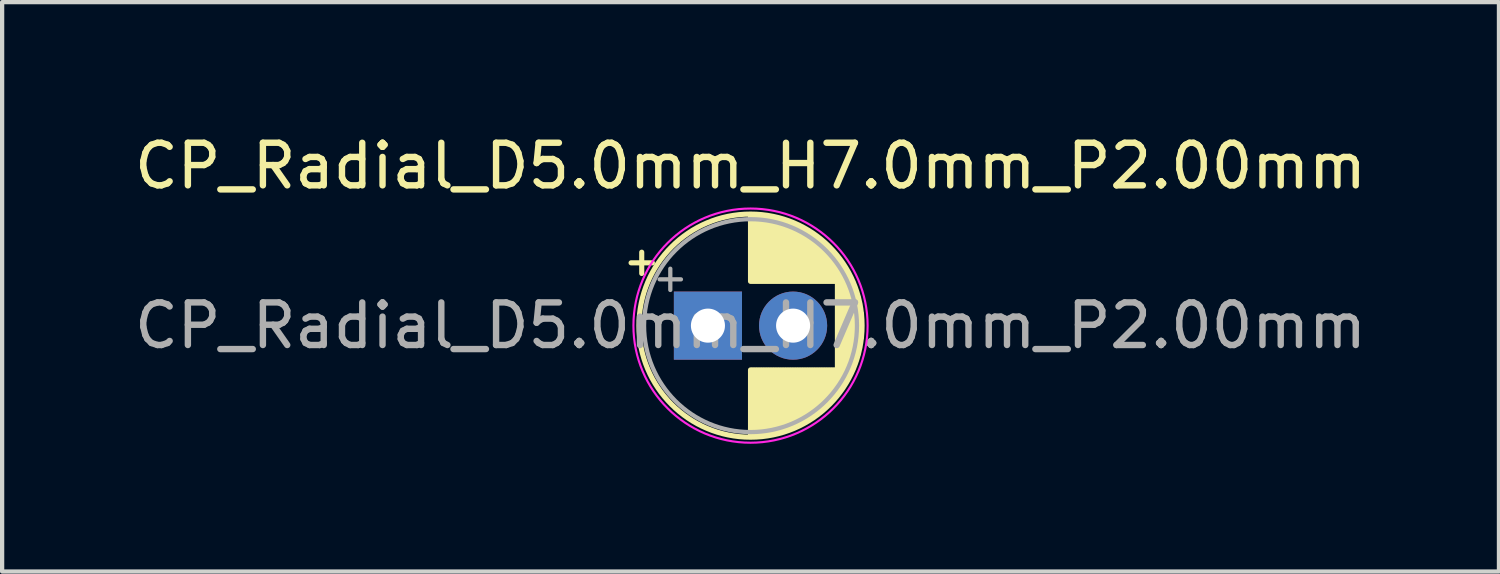
<source format=kicad_pcb>
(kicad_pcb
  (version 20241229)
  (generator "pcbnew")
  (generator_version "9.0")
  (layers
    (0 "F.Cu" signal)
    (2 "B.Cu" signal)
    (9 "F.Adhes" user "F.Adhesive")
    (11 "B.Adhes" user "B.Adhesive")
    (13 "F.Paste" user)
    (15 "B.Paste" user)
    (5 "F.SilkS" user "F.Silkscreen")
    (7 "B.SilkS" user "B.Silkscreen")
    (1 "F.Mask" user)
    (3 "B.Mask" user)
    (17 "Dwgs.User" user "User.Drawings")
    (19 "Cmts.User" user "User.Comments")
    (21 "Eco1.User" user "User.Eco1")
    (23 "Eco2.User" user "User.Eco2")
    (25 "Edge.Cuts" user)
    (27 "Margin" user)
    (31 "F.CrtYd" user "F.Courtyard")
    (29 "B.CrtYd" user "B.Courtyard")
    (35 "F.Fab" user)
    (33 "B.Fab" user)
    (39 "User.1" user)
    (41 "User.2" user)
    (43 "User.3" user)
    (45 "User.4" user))
  (footprint "CP_Radial_D5.0mm_H7.0mm_P2.00mm"
    (layer "F.Cu")
    (at 13.577 4.598)
    (property "Reference" "CP_Radial_D5.0mm_H7.0mm_P2.00mm" (at 1 -3.75 0) (layer "F.SilkS") (effects (font (size 1 1) (thickness 0.15))))
    (attr through_hole)
    (fp_line (start -1.805 -1.475) (end -1.305 -1.475) (stroke (width 0.12) (type solid)) (layer "F.SilkS"))
    (fp_line (start -1.555 -1.725) (end -1.555 -1.225) (stroke (width 0.12) (type solid)) (layer "F.SilkS"))
    (fp_line (start 1 -2.58) (end 1 -1.04) (stroke (width 0.12) (type solid)) (layer "F.SilkS"))
    (fp_line (start 1 1.04) (end 1 2.58) (stroke (width 0.12) (type solid)) (layer "F.SilkS"))
    (fp_line (start 1.04 -2.58) (end 1.04 -1.04) (stroke (width 0.12) (type solid)) (layer "F.SilkS"))
    (fp_line (start 1.04 1.04) (end 1.04 2.58) (stroke (width 0.12) (type solid)) (layer "F.SilkS"))
    (fp_line (start 1.08 -2.579) (end 1.08 -1.04) (stroke (width 0.12) (type solid)) (layer "F.SilkS"))
    (fp_line (start 1.08 1.04) (end 1.08 2.579) (stroke (width 0.12) (type solid)) (layer "F.SilkS"))
    (fp_line (start 1.12 -2.578) (end 1.12 -1.04) (stroke (width 0.12) (type solid)) (layer "F.SilkS"))
    (fp_line (start 1.12 1.04) (end 1.12 2.578) (stroke (width 0.12) (type solid)) (layer "F.SilkS"))
    (fp_line (start 1.16 -2.576) (end 1.16 -1.04) (stroke (width 0.12) (type solid)) (layer "F.SilkS"))
    (fp_line (start 1.16 1.04) (end 1.16 2.576) (stroke (width 0.12) (type solid)) (layer "F.SilkS"))
    (fp_line (start 1.2 -2.573) (end 1.2 -1.04) (stroke (width 0.12) (type solid)) (layer "F.SilkS"))
    (fp_line (start 1.2 1.04) (end 1.2 2.573) (stroke (width 0.12) (type solid)) (layer "F.SilkS"))
    (fp_line (start 1.24 -2.569) (end 1.24 -1.04) (stroke (width 0.12) (type solid)) (layer "F.SilkS"))
    (fp_line (start 1.24 1.04) (end 1.24 2.569) (stroke (width 0.12) (type solid)) (layer "F.SilkS"))
    (fp_line (start 1.28 -2.565) (end 1.28 -1.04) (stroke (width 0.12) (type solid)) (layer "F.SilkS"))
    (fp_line (start 1.28 1.04) (end 1.28 2.565) (stroke (width 0.12) (type solid)) (layer "F.SilkS"))
    (fp_line (start 1.32 -2.561) (end 1.32 -1.04) (stroke (width 0.12) (type solid)) (layer "F.SilkS"))
    (fp_line (start 1.32 1.04) (end 1.32 2.561) (stroke (width 0.12) (type solid)) (layer "F.SilkS"))
    (fp_line (start 1.36 -2.556) (end 1.36 -1.04) (stroke (width 0.12) (type solid)) (layer "F.SilkS"))
    (fp_line (start 1.36 1.04) (end 1.36 2.556) (stroke (width 0.12) (type solid)) (layer "F.SilkS"))
    (fp_line (start 1.4 -2.55) (end 1.4 -1.04) (stroke (width 0.12) (type solid)) (layer "F.SilkS"))
    (fp_line (start 1.4 1.04) (end 1.4 2.55) (stroke (width 0.12) (type solid)) (layer "F.SilkS"))
    (fp_line (start 1.44 -2.543) (end 1.44 -1.04) (stroke (width 0.12) (type solid)) (layer "F.SilkS"))
    (fp_line (start 1.44 1.04) (end 1.44 2.543) (stroke (width 0.12) (type solid)) (layer "F.SilkS"))
    (fp_line (start 1.48 -2.536) (end 1.48 -1.04) (stroke (width 0.12) (type solid)) (layer "F.SilkS"))
    (fp_line (start 1.48 1.04) (end 1.48 2.536) (stroke (width 0.12) (type solid)) (layer "F.SilkS"))
    (fp_line (start 1.52 -2.528) (end 1.52 -1.04) (stroke (width 0.12) (type solid)) (layer "F.SilkS"))
    (fp_line (start 1.52 1.04) (end 1.52 2.528) (stroke (width 0.12) (type solid)) (layer "F.SilkS"))
    (fp_line (start 1.56 -2.52) (end 1.56 -1.04) (stroke (width 0.12) (type solid)) (layer "F.SilkS"))
    (fp_line (start 1.56 1.04) (end 1.56 2.52) (stroke (width 0.12) (type solid)) (layer "F.SilkS"))
    (fp_line (start 1.6 -2.511) (end 1.6 -1.04) (stroke (width 0.12) (type solid)) (layer "F.SilkS"))
    (fp_line (start 1.6 1.04) (end 1.6 2.511) (stroke (width 0.12) (type solid)) (layer "F.SilkS"))
    (fp_line (start 1.64 -2.501) (end 1.64 -1.04) (stroke (width 0.12) (type solid)) (layer "F.SilkS"))
    (fp_line (start 1.64 1.04) (end 1.64 2.501) (stroke (width 0.12) (type solid)) (layer "F.SilkS"))
    (fp_line (start 1.68 -2.491) (end 1.68 -1.04) (stroke (width 0.12) (type solid)) (layer "F.SilkS"))
    (fp_line (start 1.68 1.04) (end 1.68 2.491) (stroke (width 0.12) (type solid)) (layer "F.SilkS"))
    (fp_line (start 1.721 -2.48) (end 1.721 -1.04) (stroke (width 0.12) (type solid)) (layer "F.SilkS"))
    (fp_line (start 1.721 1.04) (end 1.721 2.48) (stroke (width 0.12) (type solid)) (layer "F.SilkS"))
    (fp_line (start 1.761 -2.468) (end 1.761 -1.04) (stroke (width 0.12) (type solid)) (layer "F.SilkS"))
    (fp_line (start 1.761 1.04) (end 1.761 2.468) (stroke (width 0.12) (type solid)) (layer "F.SilkS"))
    (fp_line (start 1.801 -2.455) (end 1.801 -1.04) (stroke (width 0.12) (type solid)) (layer "F.SilkS"))
    (fp_line (start 1.801 1.04) (end 1.801 2.455) (stroke (width 0.12) (type solid)) (layer "F.SilkS"))
    (fp_line (start 1.841 -2.442) (end 1.841 -1.04) (stroke (width 0.12) (type solid)) (layer "F.SilkS"))
    (fp_line (start 1.841 1.04) (end 1.841 2.442) (stroke (width 0.12) (type solid)) (layer "F.SilkS"))
    (fp_line (start 1.881 -2.428) (end 1.881 -1.04) (stroke (width 0.12) (type solid)) (layer "F.SilkS"))
    (fp_line (start 1.881 1.04) (end 1.881 2.428) (stroke (width 0.12) (type solid)) (layer "F.SilkS"))
    (fp_line (start 1.921 -2.414) (end 1.921 -1.04) (stroke (width 0.12) (type solid)) (layer "F.SilkS"))
    (fp_line (start 1.921 1.04) (end 1.921 2.414) (stroke (width 0.12) (type solid)) (layer "F.SilkS"))
    (fp_line (start 1.961 -2.398) (end 1.961 -1.04) (stroke (width 0.12) (type solid)) (layer "F.SilkS"))
    (fp_line (start 1.961 1.04) (end 1.961 2.398) (stroke (width 0.12) (type solid)) (layer "F.SilkS"))
    (fp_line (start 2.001 -2.382) (end 2.001 -1.04) (stroke (width 0.12) (type solid)) (layer "F.SilkS"))
    (fp_line (start 2.001 1.04) (end 2.001 2.382) (stroke (width 0.12) (type solid)) (layer "F.SilkS"))
    (fp_line (start 2.041 -2.365) (end 2.041 -1.04) (stroke (width 0.12) (type solid)) (layer "F.SilkS"))
    (fp_line (start 2.041 1.04) (end 2.041 2.365) (stroke (width 0.12) (type solid)) (layer "F.SilkS"))
    (fp_line (start 2.081 -2.348) (end 2.081 -1.04) (stroke (width 0.12) (type solid)) (layer "F.SilkS"))
    (fp_line (start 2.081 1.04) (end 2.081 2.348) (stroke (width 0.12) (type solid)) (layer "F.SilkS"))
    (fp_line (start 2.121 -2.329) (end 2.121 -1.04) (stroke (width 0.12) (type solid)) (layer "F.SilkS"))
    (fp_line (start 2.121 1.04) (end 2.121 2.329) (stroke (width 0.12) (type solid)) (layer "F.SilkS"))
    (fp_line (start 2.161 -2.31) (end 2.161 -1.04) (stroke (width 0.12) (type solid)) (layer "F.SilkS"))
    (fp_line (start 2.161 1.04) (end 2.161 2.31) (stroke (width 0.12) (type solid)) (layer "F.SilkS"))
    (fp_line (start 2.201 -2.29) (end 2.201 -1.04) (stroke (width 0.12) (type solid)) (layer "F.SilkS"))
    (fp_line (start 2.201 1.04) (end 2.201 2.29) (stroke (width 0.12) (type solid)) (layer "F.SilkS"))
    (fp_line (start 2.241 -2.268) (end 2.241 -1.04) (stroke (width 0.12) (type solid)) (layer "F.SilkS"))
    (fp_line (start 2.241 1.04) (end 2.241 2.268) (stroke (width 0.12) (type solid)) (layer "F.SilkS"))
    (fp_line (start 2.281 -2.247) (end 2.281 -1.04) (stroke (width 0.12) (type solid)) (layer "F.SilkS"))
    (fp_line (start 2.281 1.04) (end 2.281 2.247) (stroke (width 0.12) (type solid)) (layer "F.SilkS"))
    (fp_line (start 2.321 -2.224) (end 2.321 -1.04) (stroke (width 0.12) (type solid)) (layer "F.SilkS"))
    (fp_line (start 2.321 1.04) (end 2.321 2.224) (stroke (width 0.12) (type solid)) (layer "F.SilkS"))
    (fp_line (start 2.361 -2.2) (end 2.361 -1.04) (stroke (width 0.12) (type solid)) (layer "F.SilkS"))
    (fp_line (start 2.361 1.04) (end 2.361 2.2) (stroke (width 0.12) (type solid)) (layer "F.SilkS"))
    (fp_line (start 2.401 -2.175) (end 2.401 -1.04) (stroke (width 0.12) (type solid)) (layer "F.SilkS"))
    (fp_line (start 2.401 1.04) (end 2.401 2.175) (stroke (width 0.12) (type solid)) (layer "F.SilkS"))
    (fp_line (start 2.441 -2.149) (end 2.441 -1.04) (stroke (width 0.12) (type solid)) (layer "F.SilkS"))
    (fp_line (start 2.441 1.04) (end 2.441 2.149) (stroke (width 0.12) (type solid)) (layer "F.SilkS"))
    (fp_line (start 2.481 -2.122) (end 2.481 -1.04) (stroke (width 0.12) (type solid)) (layer "F.SilkS"))
    (fp_line (start 2.481 1.04) (end 2.481 2.122) (stroke (width 0.12) (type solid)) (layer "F.SilkS"))
    (fp_line (start 2.521 -2.095) (end 2.521 -1.04) (stroke (width 0.12) (type solid)) (layer "F.SilkS"))
    (fp_line (start 2.521 1.04) (end 2.521 2.095) (stroke (width 0.12) (type solid)) (layer "F.SilkS"))
    (fp_line (start 2.561 -2.065) (end 2.561 -1.04) (stroke (width 0.12) (type solid)) (layer "F.SilkS"))
    (fp_line (start 2.561 1.04) (end 2.561 2.065) (stroke (width 0.12) (type solid)) (layer "F.SilkS"))
    (fp_line (start 2.601 -2.035) (end 2.601 -1.04) (stroke (width 0.12) (type solid)) (layer "F.SilkS"))
    (fp_line (start 2.601 1.04) (end 2.601 2.035) (stroke (width 0.12) (type solid)) (layer "F.SilkS"))
    (fp_line (start 2.641 -2.004) (end 2.641 -1.04) (stroke (width 0.12) (type solid)) (layer "F.SilkS"))
    (fp_line (start 2.641 1.04) (end 2.641 2.004) (stroke (width 0.12) (type solid)) (layer "F.SilkS"))
    (fp_line (start 2.681 -1.971) (end 2.681 -1.04) (stroke (width 0.12) (type solid)) (layer "F.SilkS"))
    (fp_line (start 2.681 1.04) (end 2.681 1.971) (stroke (width 0.12) (type solid)) (layer "F.SilkS"))
    (fp_line (start 2.721 -1.937) (end 2.721 -1.04) (stroke (width 0.12) (type solid)) (layer "F.SilkS"))
    (fp_line (start 2.721 1.04) (end 2.721 1.937) (stroke (width 0.12) (type solid)) (layer "F.SilkS"))
    (fp_line (start 2.761 -1.901) (end 2.761 -1.04) (stroke (width 0.12) (type solid)) (layer "F.SilkS"))
    (fp_line (start 2.761 1.04) (end 2.761 1.901) (stroke (width 0.12) (type solid)) (layer "F.SilkS"))
    (fp_line (start 2.801 -1.864) (end 2.801 -1.04) (stroke (width 0.12) (type solid)) (layer "F.SilkS"))
    (fp_line (start 2.801 1.04) (end 2.801 1.864) (stroke (width 0.12) (type solid)) (layer "F.SilkS"))
    (fp_line (start 2.841 -1.826) (end 2.841 -1.04) (stroke (width 0.12) (type solid)) (layer "F.SilkS"))
    (fp_line (start 2.841 1.04) (end 2.841 1.826) (stroke (width 0.12) (type solid)) (layer "F.SilkS"))
    (fp_line (start 2.881 -1.785) (end 2.881 -1.04) (stroke (width 0.12) (type solid)) (layer "F.SilkS"))
    (fp_line (start 2.881 1.04) (end 2.881 1.785) (stroke (width 0.12) (type solid)) (layer "F.SilkS"))
    (fp_line (start 2.921 -1.743) (end 2.921 -1.04) (stroke (width 0.12) (type solid)) (layer "F.SilkS"))
    (fp_line (start 2.921 1.04) (end 2.921 1.743) (stroke (width 0.12) (type solid)) (layer "F.SilkS"))
    (fp_line (start 2.961 -1.699) (end 2.961 -1.04) (stroke (width 0.12) (type solid)) (layer "F.SilkS"))
    (fp_line (start 2.961 1.04) (end 2.961 1.699) (stroke (width 0.12) (type solid)) (layer "F.SilkS"))
    (fp_line (start 3.001 -1.653) (end 3.001 -1.04) (stroke (width 0.12) (type solid)) (layer "F.SilkS"))
    (fp_line (start 3.001 1.04) (end 3.001 1.653) (stroke (width 0.12) (type solid)) (layer "F.SilkS"))
    (fp_line (start 3.041 -1.605) (end 3.041 1.605) (stroke (width 0.12) (type solid)) (layer "F.SilkS"))
    (fp_line (start 3.081 -1.554) (end 3.081 1.554) (stroke (width 0.12) (type solid)) (layer "F.SilkS"))
    (fp_line (start 3.121 -1.5) (end 3.121 1.5) (stroke (width 0.12) (type solid)) (layer "F.SilkS"))
    (fp_line (start 3.161 -1.443) (end 3.161 1.443) (stroke (width 0.12) (type solid)) (layer "F.SilkS"))
    (fp_line (start 3.201 -1.383) (end 3.201 1.383) (stroke (width 0.12) (type solid)) (layer "F.SilkS"))
    (fp_line (start 3.241 -1.319) (end 3.241 1.319) (stroke (width 0.12) (type solid)) (layer "F.SilkS"))
    (fp_line (start 3.281 -1.251) (end 3.281 1.251) (stroke (width 0.12) (type solid)) (layer "F.SilkS"))
    (fp_line (start 3.321 -1.178) (end 3.321 1.178) (stroke (width 0.12) (type solid)) (layer "F.SilkS"))
    (fp_line (start 3.361 -1.098) (end 3.361 1.098) (stroke (width 0.12) (type solid)) (layer "F.SilkS"))
    (fp_line (start 3.401 -1.011) (end 3.401 1.011) (stroke (width 0.12) (type solid)) (layer "F.SilkS"))
    (fp_line (start 3.441 -0.915) (end 3.441 0.915) (stroke (width 0.12) (type solid)) (layer "F.SilkS"))
    (fp_line (start 3.481 -0.805) (end 3.481 0.805) (stroke (width 0.12) (type solid)) (layer "F.SilkS"))
    (fp_line (start 3.521 -0.677) (end 3.521 0.677) (stroke (width 0.12) (type solid)) (layer "F.SilkS"))
    (fp_line (start 3.561 -0.518) (end 3.561 0.518) (stroke (width 0.12) (type solid)) (layer "F.SilkS"))
    (fp_line (start 3.601 -0.284) (end 3.601 0.284) (stroke (width 0.12) (type solid)) (layer "F.SilkS"))
    (fp_circle (center 1 0) (end 3.62 0) (stroke (width 0.12) (type solid)) (fill no) (layer "F.SilkS"))
    (fp_circle (center 1 0) (end 3.75 0) (stroke (width 0.05) (type solid)) (fill no) (layer "F.CrtYd"))
    (fp_line (start -1.134 -1.087) (end -0.634 -1.087) (stroke (width 0.1) (type solid)) (layer "F.Fab"))
    (fp_line (start -0.884 -1.337) (end -0.884 -0.838) (stroke (width 0.1) (type solid)) (layer "F.Fab"))
    (fp_circle (center 1 0) (end 3.5 0) (stroke (width 0.1) (type solid)) (fill no) (layer "F.Fab"))
    (fp_text user "${REFERENCE}" (at 1 0 0) (layer "F.Fab") (effects (font (size 1 1) (thickness 0.15))))
    (pad "1" thru_hole rect (at 0 0) (size 1.6 1.6) (drill 0.8) (layers "*.Cu" "*.Mask"))
    (pad "2" thru_hole circle (at 2 0) (size 1.6 1.6) (drill 0.8) (layers "*.Cu" "*.Mask")))
  (gr_rect
    (start -3 -3)
    (end 32.155 10.373)
    (stroke (width 0.1) (type default))
    (fill no)
    (layer "Edge.Cuts")))
</source>
